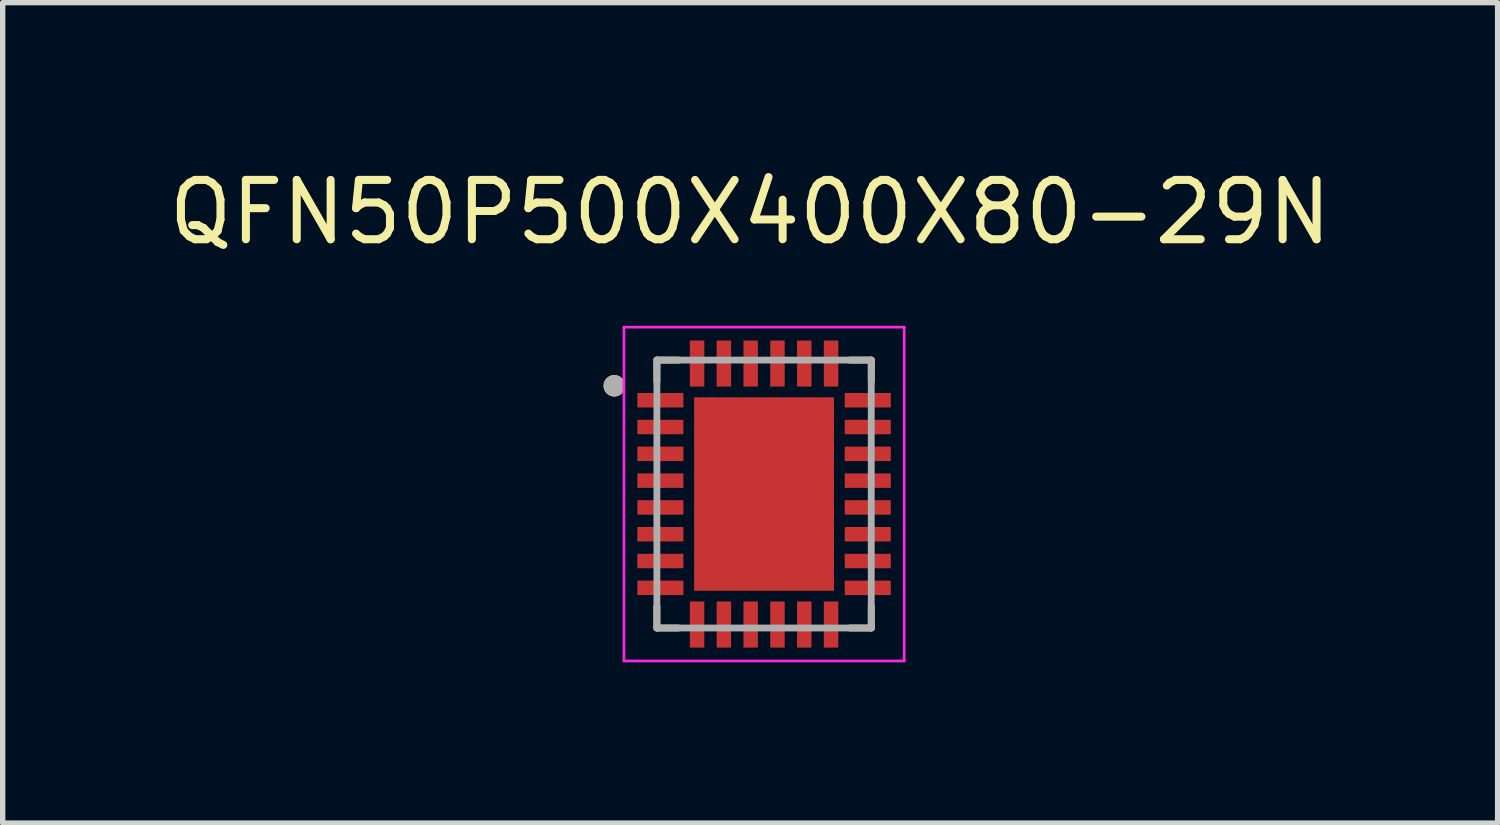
<source format=kicad_pcb>
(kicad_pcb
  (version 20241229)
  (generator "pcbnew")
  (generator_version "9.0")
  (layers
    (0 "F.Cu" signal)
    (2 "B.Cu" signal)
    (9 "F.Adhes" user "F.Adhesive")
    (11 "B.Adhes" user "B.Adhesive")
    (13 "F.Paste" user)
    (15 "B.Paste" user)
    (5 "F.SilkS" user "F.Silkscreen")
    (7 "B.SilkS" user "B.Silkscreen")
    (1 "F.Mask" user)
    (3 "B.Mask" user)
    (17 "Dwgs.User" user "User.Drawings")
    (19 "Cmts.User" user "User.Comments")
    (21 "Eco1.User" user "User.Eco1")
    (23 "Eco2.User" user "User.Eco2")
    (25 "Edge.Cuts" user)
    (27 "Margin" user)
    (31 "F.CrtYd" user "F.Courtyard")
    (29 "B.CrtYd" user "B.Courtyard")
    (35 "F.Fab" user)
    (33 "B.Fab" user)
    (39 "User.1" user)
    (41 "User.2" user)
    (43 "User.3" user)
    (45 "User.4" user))
  (footprint "QFN50P500X400X80-29N"
    (layer "F.Cu")
    (at 11.208 6.169)
    (property "Reference" "QFN50P500X400X80-29N" (at -0.26 -5.259 0) (layer "F.SilkS") (effects (font (size 1.107 1.107) (thickness 0.15))))
    (attr smd)
    (fp_line (start -2 -2.5) (end -2 -2.1) (stroke (width 0.127) (type solid)) (layer "F.SilkS"))
    (fp_line (start -2 2.5) (end -2 2.1) (stroke (width 0.127) (type solid)) (layer "F.SilkS"))
    (fp_line (start -1.6 -2.5) (end -2 -2.5) (stroke (width 0.127) (type solid)) (layer "F.SilkS"))
    (fp_line (start -1.6 2.5) (end -2 2.5) (stroke (width 0.127) (type solid)) (layer "F.SilkS"))
    (fp_line (start 1.6 -2.5) (end 2 -2.5) (stroke (width 0.127) (type solid)) (layer "F.SilkS"))
    (fp_line (start 1.6 2.5) (end 2 2.5) (stroke (width 0.127) (type solid)) (layer "F.SilkS"))
    (fp_line (start 2 -2.5) (end 2 -2.1) (stroke (width 0.127) (type solid)) (layer "F.SilkS"))
    (fp_line (start 2 2.5) (end 2 2.1) (stroke (width 0.127) (type solid)) (layer "F.SilkS"))
    (fp_circle (center -2.795 -2.02) (end -2.595 -2.02) (stroke (width 0) (type solid)) (fill yes) (layer "F.SilkS"))
    (fp_poly (pts (xy -0.725 -0.902) (xy 0.652 -0.902) (xy 0.652 1.004) (xy -0.725 1.004)) (stroke (width 0.01) (type solid)) (fill yes) (layer "F.Paste"))
    (fp_line (start -2.615 -3.115) (end 2.615 -3.115) (stroke (width 0.05) (type solid)) (layer "F.CrtYd"))
    (fp_line (start -2.615 3.115) (end -2.615 -3.115) (stroke (width 0.05) (type solid)) (layer "F.CrtYd"))
    (fp_line (start -2.615 3.115) (end 2.615 3.115) (stroke (width 0.05) (type solid)) (layer "F.CrtYd"))
    (fp_line (start 2.615 3.115) (end 2.615 -3.115) (stroke (width 0.05) (type solid)) (layer "F.CrtYd"))
    (fp_line (start -2 2.5) (end -2 -2.5) (stroke (width 0.127) (type solid)) (layer "F.Fab"))
    (fp_line (start 2 -2.5) (end -2 -2.5) (stroke (width 0.127) (type solid)) (layer "F.Fab"))
    (fp_line (start 2 2.5) (end -2 2.5) (stroke (width 0.127) (type solid)) (layer "F.Fab"))
    (fp_line (start 2 2.5) (end 2 -2.5) (stroke (width 0.127) (type solid)) (layer "F.Fab"))
    (fp_circle (center -2.795 -2.02) (end -2.595 -2.02) (stroke (width 0) (type solid)) (fill yes) (layer "F.Fab"))
    (pad "1" smd roundrect (at -1.935 -1.75) (size 0.86 0.27) (layers "F.Cu" "F.Mask" "F.Paste") (roundrect_rratio 0.03))
    (pad "2" smd roundrect (at -1.935 -1.25) (size 0.86 0.27) (layers "F.Cu" "F.Mask" "F.Paste") (roundrect_rratio 0.03))
    (pad "3" smd roundrect (at -1.935 -0.75) (size 0.86 0.27) (layers "F.Cu" "F.Mask" "F.Paste") (roundrect_rratio 0.03))
    (pad "4" smd roundrect (at -1.935 -0.25) (size 0.86 0.27) (layers "F.Cu" "F.Mask" "F.Paste") (roundrect_rratio 0.03))
    (pad "5" smd roundrect (at -1.935 0.25) (size 0.86 0.27) (layers "F.Cu" "F.Mask" "F.Paste") (roundrect_rratio 0.03))
    (pad "6" smd roundrect (at -1.935 0.75) (size 0.86 0.27) (layers "F.Cu" "F.Mask" "F.Paste") (roundrect_rratio 0.03))
    (pad "7" smd roundrect (at -1.935 1.25) (size 0.86 0.27) (layers "F.Cu" "F.Mask" "F.Paste") (roundrect_rratio 0.03))
    (pad "8" smd roundrect (at -1.935 1.75) (size 0.86 0.27) (layers "F.Cu" "F.Mask" "F.Paste") (roundrect_rratio 0.03))
    (pad "9" smd roundrect (at -1.25 2.435 90) (size 0.86 0.27) (layers "F.Cu" "F.Mask" "F.Paste") (roundrect_rratio 0.03))
    (pad "10" smd roundrect (at -0.75 2.435 90) (size 0.86 0.27) (layers "F.Cu" "F.Mask" "F.Paste") (roundrect_rratio 0.03))
    (pad "11" smd roundrect (at -0.25 2.435 90) (size 0.86 0.27) (layers "F.Cu" "F.Mask" "F.Paste") (roundrect_rratio 0.03))
    (pad "12" smd roundrect (at 0.25 2.435 90) (size 0.86 0.27) (layers "F.Cu" "F.Mask" "F.Paste") (roundrect_rratio 0.03))
    (pad "13" smd roundrect (at 0.75 2.435 90) (size 0.86 0.27) (layers "F.Cu" "F.Mask" "F.Paste") (roundrect_rratio 0.03))
    (pad "14" smd roundrect (at 1.25 2.435 90) (size 0.86 0.27) (layers "F.Cu" "F.Mask" "F.Paste") (roundrect_rratio 0.03))
    (pad "15" smd roundrect (at 1.935 1.75) (size 0.86 0.27) (layers "F.Cu" "F.Mask" "F.Paste") (roundrect_rratio 0.03))
    (pad "16" smd roundrect (at 1.935 1.25) (size 0.86 0.27) (layers "F.Cu" "F.Mask" "F.Paste") (roundrect_rratio 0.03))
    (pad "17" smd roundrect (at 1.935 0.75) (size 0.86 0.27) (layers "F.Cu" "F.Mask" "F.Paste") (roundrect_rratio 0.03))
    (pad "18" smd roundrect (at 1.935 0.25) (size 0.86 0.27) (layers "F.Cu" "F.Mask" "F.Paste") (roundrect_rratio 0.03))
    (pad "19" smd roundrect (at 1.935 -0.25) (size 0.86 0.27) (layers "F.Cu" "F.Mask" "F.Paste") (roundrect_rratio 0.03))
    (pad "20" smd roundrect (at 1.935 -0.75) (size 0.86 0.27) (layers "F.Cu" "F.Mask" "F.Paste") (roundrect_rratio 0.03))
    (pad "21" smd roundrect (at 1.935 -1.25) (size 0.86 0.27) (layers "F.Cu" "F.Mask" "F.Paste") (roundrect_rratio 0.03))
    (pad "22" smd roundrect (at 1.935 -1.75) (size 0.86 0.27) (layers "F.Cu" "F.Mask" "F.Paste") (roundrect_rratio 0.03))
    (pad "23" smd roundrect (at 1.25 -2.435 90) (size 0.86 0.27) (layers "F.Cu" "F.Mask" "F.Paste") (roundrect_rratio 0.03))
    (pad "24" smd roundrect (at 0.75 -2.435 90) (size 0.86 0.27) (layers "F.Cu" "F.Mask" "F.Paste") (roundrect_rratio 0.03))
    (pad "25" smd roundrect (at 0.25 -2.435 90) (size 0.86 0.27) (layers "F.Cu" "F.Mask" "F.Paste") (roundrect_rratio 0.03))
    (pad "26" smd roundrect (at -0.25 -2.435 90) (size 0.86 0.27) (layers "F.Cu" "F.Mask" "F.Paste") (roundrect_rratio 0.03))
    (pad "27" smd roundrect (at -0.75 -2.435 90) (size 0.86 0.27) (layers "F.Cu" "F.Mask" "F.Paste") (roundrect_rratio 0.03))
    (pad "28" smd roundrect (at -1.25 -2.435 90) (size 0.86 0.27) (layers "F.Cu" "F.Mask" "F.Paste") (roundrect_rratio 0.03))
    (pad "29" smd rect (at 0 0) (size 2.61 3.61) (layers "F.Cu" "F.Mask")))
  (gr_rect
    (start -3 -3)
    (end 24.896 12.309)
    (stroke (width 0.1) (type default))
    (fill no)
    (layer "Edge.Cuts")))
</source>
